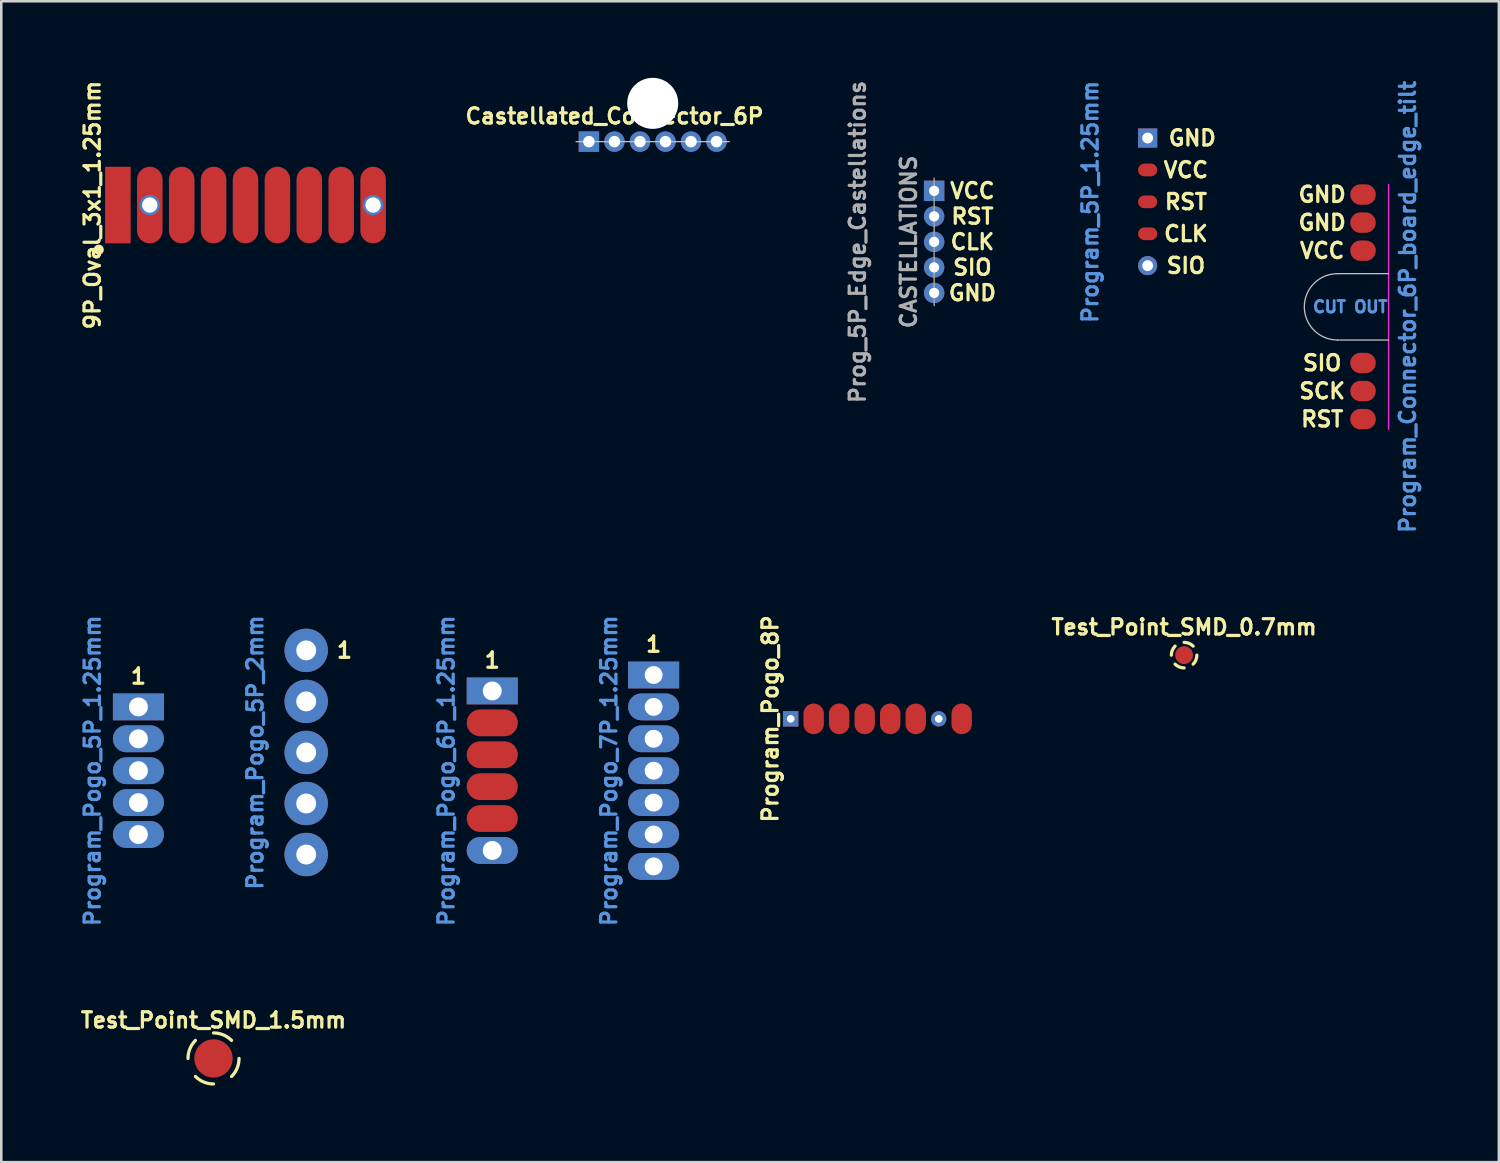
<source format=kicad_pcb>
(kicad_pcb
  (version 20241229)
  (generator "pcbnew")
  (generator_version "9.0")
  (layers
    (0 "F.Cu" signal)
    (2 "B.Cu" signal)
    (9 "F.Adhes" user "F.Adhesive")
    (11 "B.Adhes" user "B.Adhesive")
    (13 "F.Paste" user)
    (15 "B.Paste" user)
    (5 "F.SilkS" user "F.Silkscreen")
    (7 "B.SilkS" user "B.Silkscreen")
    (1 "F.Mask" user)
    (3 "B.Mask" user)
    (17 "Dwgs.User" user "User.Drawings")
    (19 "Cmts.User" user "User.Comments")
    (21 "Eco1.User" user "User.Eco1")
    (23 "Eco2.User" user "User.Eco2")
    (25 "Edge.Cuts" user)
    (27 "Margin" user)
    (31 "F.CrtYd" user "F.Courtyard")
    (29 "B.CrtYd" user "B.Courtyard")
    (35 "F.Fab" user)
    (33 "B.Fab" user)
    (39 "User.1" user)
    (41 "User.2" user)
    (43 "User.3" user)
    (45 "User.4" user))
  (footprint "Program_Pogo_5P_2mm"
    (layer "F.Cu")
    (at 8.948 26.434)
    (property "Reference" "Program_Pogo_5P_2mm" (at -2 0 90) (layer "Cmts.User") (effects (font (size 0.6 0.6) (thickness 0.127))))
    (attr through_hole)
    (fp_text user "1" (at 1.5 -4 0) (layer "F.SilkS") (effects (font (size 0.6 0.6) (thickness 0.127))))
    (pad "1" thru_hole circle (at 0 -4) (size 1.7 1.7) (drill 0.78) (layers "*.Cu" "*.Mask"))
    (pad "2" thru_hole circle (at 0 -2) (size 1.7 1.7) (drill 0.78) (layers "*.Cu" "*.Mask"))
    (pad "3" thru_hole circle (at 0 0) (size 1.7 1.7) (drill 0.78) (layers "*.Cu" "*.Mask"))
    (pad "4" thru_hole circle (at 0 2) (size 1.7 1.7) (drill 0.78) (layers "*.Cu" "*.Mask"))
    (pad "5" thru_hole circle (at 0 4) (size 1.7 1.7) (drill 0.78) (layers "*.Cu" "*.Mask")))
  (footprint "Program_Connector_6P_board_edge_tilt"
    (layer "F.Cu")
    (at 51.358 8.973)
    (property "Reference" "Program_Connector_6P_board_edge_tilt" (at 0.75 0 90) (layer "Cmts.User") (effects (font (size 0.6 0.6) (thickness 0.127))))
    (attr exclude_from_pos_files exclude_from_bom)
    (fp_line (start 0 -1.3) (end -2 -1.3) (stroke (width 0.05) (type solid)) (layer "Dwgs.User"))
    (fp_line (start 0 1.3) (end -2 1.3) (stroke (width 0.05) (type solid)) (layer "Dwgs.User"))
    (fp_arc (start -2 1.3) (mid -3.3 0) (end -2 -1.3) (stroke (width 0.05) (type solid)) (layer "Dwgs.User"))
    (fp_line (start 0 -4.8) (end 0 4.8) (stroke (width 0.05) (type solid)) (layer "F.CrtYd"))
    (fp_text user "SCK" (at -2.6 3.3 0) (layer "F.SilkS") (effects (font (size 0.6 0.6) (thickness 0.127))))
    (fp_text user "GND" (at -2.6 -4.4 0) (layer "F.SilkS") (effects (font (size 0.6 0.6) (thickness 0.127))))
    (fp_text user "VCC" (at -2.6 -2.2 0) (layer "F.SilkS") (effects (font (size 0.6 0.6) (thickness 0.127))))
    (fp_text user "GND" (at -2.6 -3.3 0) (layer "F.SilkS") (effects (font (size 0.6 0.6) (thickness 0.127))))
    (fp_text user "SIO" (at -2.6 2.2 0) (layer "F.SilkS") (effects (font (size 0.6 0.6) (thickness 0.127))))
    (fp_text user "RST" (at -2.6 4.4 0) (layer "F.SilkS") (effects (font (size 0.6 0.6) (thickness 0.127))))
    (fp_text user "CUT OUT" (at -1.5 0 0) (layer "Cmts.User") (effects (font (size 0.45 0.45) (thickness 0.113))))
    (pad "1" connect oval (at -1 -4.4) (size 1 0.8) (layers "F.Cu" "F.Mask"))
    (pad "2" connect oval (at -1 -3.3) (size 1 0.8) (layers "F.Cu" "F.Mask"))
    (pad "3" connect oval (at -1 -2.2) (size 1 0.8) (layers "F.Cu" "F.Mask"))
    (pad "4" connect oval (at -1 2.2) (size 1 0.8) (layers "F.Cu" "F.Mask"))
    (pad "5" connect oval (at -1 3.3) (size 1 0.8) (layers "F.Cu" "F.Mask"))
    (pad "6" connect oval (at -1 4.4) (size 1 0.8) (layers "F.Cu" "F.Mask")))
  (footprint "Program_Pogo_7P_1.25mm"
    (layer "F.Cu")
    (at 22.562 27.149)
    (property "Reference" "Program_Pogo_7P_1.25mm" (at -1.75 0 90) (layer "Cmts.User") (effects (font (size 0.6 0.6) (thickness 0.127))))
    (attr through_hole)
    (fp_text user "1" (at 0 -4.95 0) (layer "F.SilkS") (effects (font (size 0.6 0.6) (thickness 0.127))))
    (pad "1" thru_hole rect (at 0 -3.75) (size 2 1.05) (drill 0.7) (layers "*.Cu" "*.Mask"))
    (pad "2" thru_hole oval (at 0 -2.5) (size 2 1.05) (drill 0.7) (layers "*.Cu" "*.Mask"))
    (pad "3" thru_hole oval (at 0 -1.25) (size 2 1.05) (drill 0.7) (layers "*.Cu" "*.Mask"))
    (pad "4" thru_hole oval (at 0 0) (size 2 1.05) (drill 0.7) (layers "*.Cu" "*.Mask"))
    (pad "5" thru_hole oval (at 0 1.25) (size 2 1.05) (drill 0.7) (layers "*.Cu" "*.Mask"))
    (pad "6" thru_hole oval (at 0 2.5) (size 2 1.05) (drill 0.7) (layers "*.Cu" "*.Mask"))
    (pad "7" thru_hole oval (at 0 3.75) (size 2 1.05) (drill 0.7) (layers "*.Cu" "*.Mask")))
  (footprint "Castellated_Connector_6P"
    (layer "F.Cu")
    (at 22.526 2.5)
    (property "Reference" "Castellated_Connector_6P" (at -1.5 -1 0) (layer "F.SilkS") (effects (font (size 0.6 0.6) (thickness 0.125))))
    (attr through_hole)
    (fp_line (start -3 0) (end 3 0) (stroke (width 0.05) (type solid)) (layer "Dwgs.User"))
    (pad "" np_thru_hole circle (at 0 -1.5) (size 2 2) (drill 2) (layers "*.Cu" "*.Mask"))
    (pad "1" thru_hole rect (at -2.5 0) (size 0.8 0.8) (drill 0.45) (layers "*.Cu" "*.Mask"))
    (pad "2" thru_hole circle (at -1.5 0) (size 0.8 0.8) (drill 0.45) (layers "*.Cu" "*.Mask"))
    (pad "3" thru_hole circle (at -0.5 0) (size 0.8 0.8) (drill 0.45) (layers "*.Cu" "*.Mask"))
    (pad "4" thru_hole circle (at 0.5 0) (size 0.8 0.8) (drill 0.45) (layers "*.Cu" "*.Mask"))
    (pad "5" thru_hole circle (at 1.5 0) (size 0.8 0.8) (drill 0.45) (layers "*.Cu" "*.Mask"))
    (pad "6" thru_hole circle (at 2.5 0) (size 0.8 0.8) (drill 0.45) (layers "*.Cu" "*.Mask")))
  (footprint "Program_Pogo_8P"
    (layer "F.Cu")
    (at 31.332 25.117)
    (property "Reference" "Program_Pogo_8P" (at -4.2 0 90) (layer "F.SilkS") (effects (font (size 0.6 0.6) (thickness 0.125))))
    (attr exclude_from_pos_files exclude_from_bom)
    (pad "1" thru_hole rect (at -3.4 0) (size 0.6 0.6) (drill 0.3) (layers "*.Cu" "F.Mask"))
    (pad "2" thru_hole circle (at 2.4 0) (size 0.6 0.6) (drill 0.3) (layers "*.Cu" "F.Mask"))
    (pad "3" connect oval (at -2.5 0) (size 0.8 1.2) (layers "F.Cu" "F.Mask"))
    (pad "4" connect oval (at -1.5 0) (size 0.8 1.2) (layers "F.Cu" "F.Mask"))
    (pad "5" connect oval (at -0.5 0) (size 0.8 1.2) (layers "F.Cu" "F.Mask"))
    (pad "6" connect oval (at 0.5 0) (size 0.8 1.2) (layers "F.Cu" "F.Mask"))
    (pad "7" connect oval (at 1.5 0) (size 0.8 1.2) (layers "F.Cu" "F.Mask"))
    (pad "8" connect oval (at 3.3 0) (size 0.8 1.2) (layers "F.Cu" "F.Mask")))
  (footprint "Test_Point_SMD_0.7mm"
    (layer "F.Cu")
    (at 43.348 22.621)
    (property "Reference" "Test_Point_SMD_0.7mm" (at 0 -1.1 0) (layer "F.SilkS") (effects (font (size 0.6 0.6) (thickness 0.127))))
    (attr exclude_from_pos_files exclude_from_bom)
    (fp_arc (start -0.5 0) (mid -0.46194 -0.191342) (end -0.353553 -0.353553) (stroke (width 0.127) (type solid)) (layer "F.SilkS"))
    (fp_arc (start 0 -0.5) (mid 0.191342 -0.46194) (end 0.353553 -0.353553) (stroke (width 0.127) (type solid)) (layer "F.SilkS"))
    (fp_arc (start 0 0.5) (mid -0.191342 0.46194) (end -0.353553 0.353553) (stroke (width 0.127) (type solid)) (layer "F.SilkS"))
    (fp_arc (start 0.5 0) (mid 0.46194 0.191342) (end 0.353553 0.353553) (stroke (width 0.127) (type solid)) (layer "F.SilkS"))
    (pad "1" connect circle (at 0 0) (size 0.7 0.7) (layers "F.Cu" "F.Mask")))
  (footprint "Test_Point_SMD_1.5mm"
    (layer "F.Cu")
    (at 5.316 38.424)
    (property "Reference" "Test_Point_SMD_1.5mm" (at 0 -1.5 0) (layer "F.SilkS") (effects (font (size 0.6 0.6) (thickness 0.127))))
    (attr exclude_from_pos_files exclude_from_bom)
    (fp_arc (start -1 0) (mid -0.92388 -0.382683) (end -0.707107 -0.707107) (stroke (width 0.127) (type solid)) (layer "F.SilkS"))
    (fp_arc (start 0 -1) (mid 0.382683 -0.92388) (end 0.707107 -0.707107) (stroke (width 0.127) (type solid)) (layer "F.SilkS"))
    (fp_arc (start 0 1) (mid -0.382683 0.92388) (end -0.707107 0.707107) (stroke (width 0.127) (type solid)) (layer "F.SilkS"))
    (fp_arc (start 1 0) (mid 0.92388 0.382683) (end 0.707107 0.707107) (stroke (width 0.127) (type solid)) (layer "F.SilkS"))
    (pad "1" connect circle (at 0 0) (size 1.5 1.5) (layers "F.Cu" "F.Mask")))
  (footprint "Program_Pogo_6P_1.25mm"
    (layer "F.Cu")
    (at 16.238 27.149)
    (property "Reference" "Program_Pogo_6P_1.25mm" (at -1.8 0 90) (layer "Cmts.User") (effects (font (size 0.6 0.6) (thickness 0.127))))
    (attr exclude_from_pos_files exclude_from_bom)
    (fp_text user "1" (at 0 -4.325 0) (layer "F.SilkS") (effects (font (size 0.6 0.6) (thickness 0.127))))
    (pad "1" thru_hole rect (at 0 -3.125) (size 2 1.05) (drill 0.74) (layers "*.Cu" "*.Mask"))
    (pad "2" connect oval (at 0 -1.875) (size 2 1.05) (layers "F.Cu" "F.Mask"))
    (pad "3" connect oval (at 0 -0.625) (size 2 1.05) (layers "F.Cu" "F.Mask"))
    (pad "4" connect oval (at 0 0.625) (size 2 1.05) (layers "F.Cu" "F.Mask"))
    (pad "5" connect oval (at 0 1.875) (size 2 1.05) (layers "F.Cu" "F.Mask"))
    (pad "6" thru_hole oval (at 0 3.125) (size 2 1.05) (drill 0.74) (layers "*.Cu" "*.Mask")))
  (footprint "Program_5P_1.25mm"
    (layer "F.Cu")
    (at 41.919 4.859)
    (property "Reference" "Program_5P_1.25mm" (at -2.25 0 90) (layer "Cmts.User") (effects (font (size 0.6 0.6) (thickness 0.127))))
    (attr exclude_from_pos_files exclude_from_bom)
    (fp_text user "SIO" (at 1.5 2.5 0) (layer "F.SilkS") (effects (font (size 0.6 0.6) (thickness 0.127))))
    (fp_text user "VCC" (at 1.5 -1.25 0) (layer "F.SilkS") (effects (font (size 0.6 0.6) (thickness 0.127))))
    (fp_text user "RST" (at 1.5 0 0) (layer "F.SilkS") (effects (font (size 0.6 0.6) (thickness 0.127))))
    (fp_text user "GND" (at 1.75 -2.5 0) (layer "F.SilkS") (effects (font (size 0.6 0.6) (thickness 0.127))))
    (fp_text user "CLK" (at 1.5 1.25 0) (layer "F.SilkS") (effects (font (size 0.6 0.6) (thickness 0.127))))
    (pad "1" thru_hole rect (at 0 -2.5) (size 0.75 0.75) (drill 0.425) (layers "*.Cu" "*.Mask"))
    (pad "2" connect oval (at 0 -1.25) (size 0.75 0.5) (layers "F.Cu" "F.Mask"))
    (pad "3" connect oval (at 0 0) (size 0.75 0.5) (layers "F.Cu" "F.Mask"))
    (pad "4" connect oval (at 0 1.25) (size 0.75 0.5) (layers "F.Cu" "F.Mask"))
    (pad "5" thru_hole circle (at 0 2.5) (size 0.75 0.75) (drill 0.425) (layers "*.Cu" "*.Mask")))
  (footprint "Program_Pogo_5P_1.25mm"
    (layer "F.Cu")
    (at 2.374 27.149)
    (property "Reference" "Program_Pogo_5P_1.25mm" (at -1.8 0 90) (layer "Cmts.User") (effects (font (size 0.6 0.6) (thickness 0.127))))
    (attr through_hole)
    (fp_text user "1" (at 0 -3.7 0) (layer "F.SilkS") (effects (font (size 0.6 0.6) (thickness 0.127))))
    (pad "1" thru_hole rect (at 0 -2.5) (size 2 1.05) (drill 0.74) (layers "*.Cu" "*.Mask"))
    (pad "2" thru_hole oval (at 0 -1.25) (size 2 1.05) (drill 0.74) (layers "*.Cu" "*.Mask"))
    (pad "3" thru_hole oval (at 0 0) (size 2 1.05) (drill 0.74) (layers "*.Cu" "*.Mask"))
    (pad "4" thru_hole oval (at 0 1.25) (size 2 1.05) (drill 0.74) (layers "*.Cu" "*.Mask"))
    (pad "5" thru_hole oval (at 0 2.5) (size 2 1.05) (drill 0.74) (layers "*.Cu" "*.Mask")))
  (footprint "9P_Oval_3x1_1.25mm"
    (layer "F.Cu")
    (at 6.57 4.985)
    (property "Reference" "9P_Oval_3x1_1.25mm" (at -6 0 90) (layer "F.SilkS") (effects (font (size 0.6 0.6) (thickness 0.125))))
    (attr exclude_from_pos_files exclude_from_bom)
    (fp_circle (center -5.75 1.75) (end -5.65 1.75) (stroke (width 0.2) (type solid)) (fill no) (layer "F.SilkS"))
    (pad "1" connect rect (at -5 0) (size 1 3) (layers "F.Cu" "F.Mask"))
    (pad "2" thru_hole circle (at -3.75 0) (size 0.8 0.8) (drill 0.6) (layers "*.Cu"))
    (pad "2" connect oval (at -3.75 0) (size 1 3) (layers "F.Cu" "F.Mask"))
    (pad "3" connect oval (at -2.5 0) (size 1 3) (layers "F.Cu" "F.Mask"))
    (pad "4" connect oval (at -1.25 0) (size 1 3) (layers "F.Cu" "F.Mask"))
    (pad "5" connect oval (at 0 0) (size 1 3) (layers "F.Cu" "F.Mask"))
    (pad "6" connect oval (at 1.25 0) (size 1 3) (layers "F.Cu" "F.Mask"))
    (pad "7" connect oval (at 2.5 0) (size 1 3) (layers "F.Cu" "F.Mask"))
    (pad "8" connect oval (at 3.75 0) (size 1 3) (layers "F.Cu" "F.Mask"))
    (pad "9" thru_hole circle (at 5 0) (size 0.8 0.8) (drill 0.6) (layers "*.Cu"))
    (pad "9" connect oval (at 5 0) (size 1 3) (layers "F.Cu" "F.Mask")))
  (footprint "Prog_5P_Edge_Castellations"
    (layer "F.Cu")
    (at 33.553 6.428)
    (property "Reference" "Prog_5P_Edge_Castellations" (at -3 0 90) (layer "F.Fab") (effects (font (size 0.6 0.6) (thickness 0.125))))
    (attr exclude_from_pos_files exclude_from_bom)
    (fp_line (start 0 -2.5) (end 0 2.5) (stroke (width 0.05) (type solid)) (layer "F.Fab"))
    (fp_text user "GND" (at 1.5 2 0) (layer "F.SilkS") (effects (font (size 0.6 0.6) (thickness 0.125))))
    (fp_text user "SIO" (at 1.5 1 0) (layer "F.SilkS") (effects (font (size 0.6 0.6) (thickness 0.125))))
    (fp_text user "CLK" (at 1.5 0 0) (layer "F.SilkS") (effects (font (size 0.6 0.6) (thickness 0.125))))
    (fp_text user "RST" (at 1.5 -1 0) (layer "F.SilkS") (effects (font (size 0.6 0.6) (thickness 0.125))))
    (fp_text user "VCC" (at 1.5 -2 0) (layer "F.SilkS") (effects (font (size 0.6 0.6) (thickness 0.125))))
    (fp_text user "CASTELLATIONS" (at -1 0 90) (layer "F.Fab") (effects (font (size 0.6 0.6) (thickness 0.125))))
    (pad "1" thru_hole rect (at 0 -2) (size 0.8 0.8) (drill 0.4) (layers "*.Cu" "*.Mask"))
    (pad "2" thru_hole circle (at 0 -1) (size 0.8 0.8) (drill 0.4) (layers "*.Cu" "*.Mask"))
    (pad "3" thru_hole circle (at 0 0) (size 0.8 0.8) (drill 0.4) (layers "*.Cu" "*.Mask"))
    (pad "4" thru_hole circle (at 0 1) (size 0.8 0.8) (drill 0.4) (layers "*.Cu" "*.Mask"))
    (pad "5" thru_hole circle (at 0 2) (size 0.8 0.8) (drill 0.4) (layers "*.Cu" "*.Mask")))
  (gr_rect
    (start -3 -3)
    (end 55.682 42.488)
    (stroke (width 0.1) (type default))
    (fill no)
    (layer "Edge.Cuts")))
</source>
